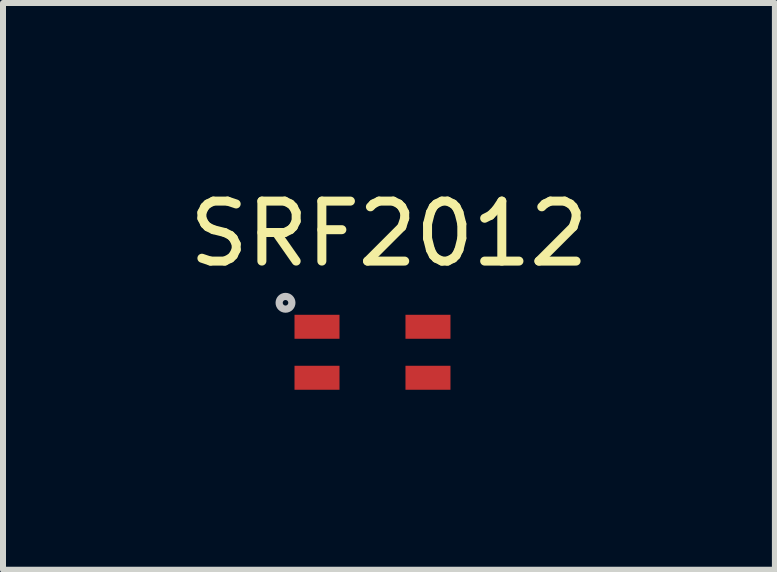
<source format=kicad_pcb>
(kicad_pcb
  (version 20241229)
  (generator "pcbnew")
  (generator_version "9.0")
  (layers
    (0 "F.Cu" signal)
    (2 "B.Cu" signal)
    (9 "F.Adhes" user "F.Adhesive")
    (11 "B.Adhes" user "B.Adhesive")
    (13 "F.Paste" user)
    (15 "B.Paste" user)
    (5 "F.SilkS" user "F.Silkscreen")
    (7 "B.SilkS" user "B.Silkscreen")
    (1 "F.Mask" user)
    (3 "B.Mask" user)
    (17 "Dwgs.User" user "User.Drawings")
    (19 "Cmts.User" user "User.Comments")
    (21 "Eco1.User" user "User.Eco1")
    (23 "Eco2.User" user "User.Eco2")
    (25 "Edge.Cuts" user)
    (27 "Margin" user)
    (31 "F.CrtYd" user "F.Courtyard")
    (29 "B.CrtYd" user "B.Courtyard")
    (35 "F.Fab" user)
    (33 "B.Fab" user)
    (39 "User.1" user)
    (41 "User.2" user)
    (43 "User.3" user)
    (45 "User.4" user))
  (footprint "SRF2012"
    (layer "F.Cu")
    (at 3.16 2.823)
    (property "Reference" "SRF2012" (at 0.275 -1.975 0) (layer "F.SilkS") (effects (font (size 1 1) (thickness 0.15))))
    (attr through_hole)
    (fp_circle (center -1.45 -0.825) (end -1.344 -0.825) (stroke (width 0.12) (type solid)) (fill no) (layer "Dwgs.User"))
    (pad "1" smd rect (at -0.925 -0.425) (size 0.75 0.4) (layers "F.Cu" "F.Mask" "F.Paste"))
    (pad "2" smd rect (at 0.925 -0.425) (size 0.75 0.4) (layers "F.Cu" "F.Mask" "F.Paste"))
    (pad "3" smd rect (at 0.925 0.425) (size 0.75 0.4) (layers "F.Cu" "F.Mask" "F.Paste"))
    (pad "4" smd rect (at -0.925 0.425) (size 0.75 0.4) (layers "F.Cu" "F.Mask" "F.Paste")))
  (gr_rect
    (start -3 -3)
    (end 9.869 6.448)
    (stroke (width 0.1) (type default))
    (fill no)
    (layer "Edge.Cuts")))
</source>
